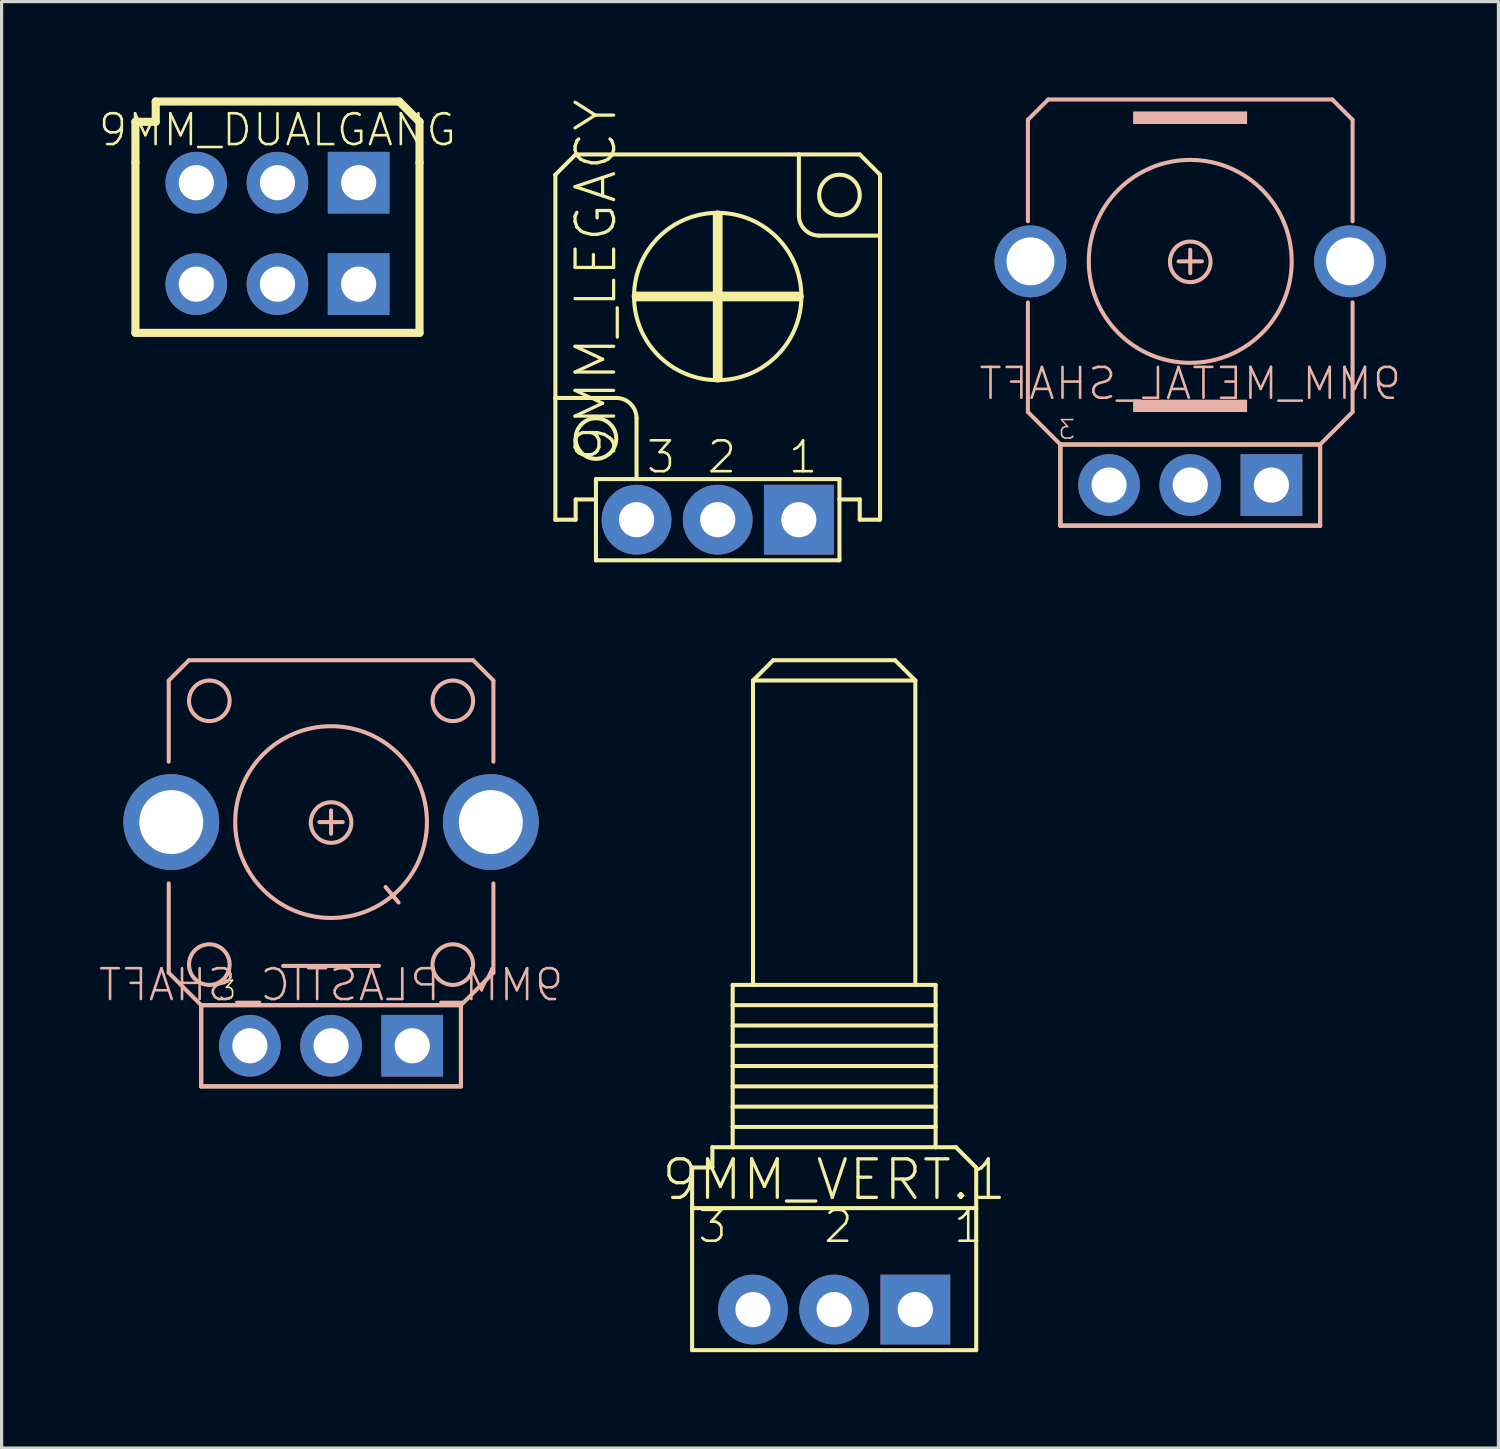
<source format=kicad_pcb>
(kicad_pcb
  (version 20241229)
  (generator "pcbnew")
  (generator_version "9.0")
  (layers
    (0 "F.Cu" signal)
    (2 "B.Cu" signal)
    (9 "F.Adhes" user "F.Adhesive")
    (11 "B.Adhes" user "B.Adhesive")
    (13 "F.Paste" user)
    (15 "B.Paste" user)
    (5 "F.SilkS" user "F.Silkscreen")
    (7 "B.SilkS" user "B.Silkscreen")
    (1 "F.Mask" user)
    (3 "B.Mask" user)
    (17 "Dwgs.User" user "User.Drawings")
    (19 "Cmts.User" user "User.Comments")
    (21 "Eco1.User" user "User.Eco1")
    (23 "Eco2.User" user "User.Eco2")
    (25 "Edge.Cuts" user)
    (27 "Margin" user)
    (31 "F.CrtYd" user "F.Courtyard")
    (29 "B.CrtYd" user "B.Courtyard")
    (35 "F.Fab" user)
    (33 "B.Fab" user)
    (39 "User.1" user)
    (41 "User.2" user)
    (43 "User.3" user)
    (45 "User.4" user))
  (footprint "9MM_LEGACY"
    (layer "F.Cu")
    (at 19.409 13.213)
    (property "Reference" "9MM_LEGACY" (at -3.81 -7.493 90) (layer "F.SilkS") (effects (font (size 1.206 1.206) (thickness 0.102))))
    (attr through_hole)
    (fp_line (start -5.08 -10.795) (end -4.445 -11.43) (stroke (width 0.127) (type solid)) (layer "F.SilkS"))
    (fp_line (start -5.08 -3.81) (end -5.08 -10.795) (stroke (width 0.127) (type solid)) (layer "F.SilkS"))
    (fp_line (start -5.08 -3.81) (end -3.175 -3.81) (stroke (width 0.127) (type solid)) (layer "F.SilkS"))
    (fp_line (start -5.08 0) (end -5.08 -3.81) (stroke (width 0.127) (type solid)) (layer "F.SilkS"))
    (fp_line (start -5.08 0) (end -4.445 0) (stroke (width 0.127) (type solid)) (layer "F.SilkS"))
    (fp_line (start -4.445 -11.43) (end 2.54 -11.43) (stroke (width 0.127) (type solid)) (layer "F.SilkS"))
    (fp_line (start -4.445 0) (end -4.445 -0.635) (stroke (width 0.127) (type solid)) (layer "F.SilkS"))
    (fp_line (start -3.81 -1.27) (end -3.81 -0.635) (stroke (width 0.127) (type solid)) (layer "F.SilkS"))
    (fp_line (start -3.81 -0.635) (end -4.445 -0.635) (stroke (width 0.127) (type solid)) (layer "F.SilkS"))
    (fp_line (start -3.81 -0.635) (end -3.81 1.27) (stroke (width 0.127) (type solid)) (layer "F.SilkS"))
    (fp_line (start -3.81 1.27) (end 3.81 1.27) (stroke (width 0.127) (type solid)) (layer "F.SilkS"))
    (fp_line (start -2.54 -6.985) (end 2.54 -6.985) (stroke (width 0.305) (type solid)) (layer "F.SilkS"))
    (fp_line (start -2.54 -3.175) (end -2.54 -1.27) (stroke (width 0.127) (type solid)) (layer "F.SilkS"))
    (fp_line (start -2.54 -1.27) (end -3.81 -1.27) (stroke (width 0.127) (type solid)) (layer "F.SilkS"))
    (fp_line (start 0 -9.525) (end 0 -4.445) (stroke (width 0.305) (type solid)) (layer "F.SilkS"))
    (fp_line (start 2.54 -11.43) (end 2.54 -9.525) (stroke (width 0.127) (type solid)) (layer "F.SilkS"))
    (fp_line (start 2.54 -11.43) (end 4.445 -11.43) (stroke (width 0.127) (type solid)) (layer "F.SilkS"))
    (fp_line (start 3.175 -8.89) (end 5.08 -8.89) (stroke (width 0.127) (type solid)) (layer "F.SilkS"))
    (fp_line (start 3.81 -1.27) (end -2.54 -1.27) (stroke (width 0.127) (type solid)) (layer "F.SilkS"))
    (fp_line (start 3.81 -0.635) (end 3.81 -1.27) (stroke (width 0.127) (type solid)) (layer "F.SilkS"))
    (fp_line (start 3.81 1.27) (end 3.81 -0.635) (stroke (width 0.127) (type solid)) (layer "F.SilkS"))
    (fp_line (start 4.445 -11.43) (end 5.08 -10.795) (stroke (width 0.127) (type solid)) (layer "F.SilkS"))
    (fp_line (start 4.445 -0.635) (end 3.81 -0.635) (stroke (width 0.127) (type solid)) (layer "F.SilkS"))
    (fp_line (start 4.445 -0.635) (end 4.445 0) (stroke (width 0.127) (type solid)) (layer "F.SilkS"))
    (fp_line (start 4.445 0) (end 5.08 0) (stroke (width 0.127) (type solid)) (layer "F.SilkS"))
    (fp_line (start 5.08 -10.795) (end 5.08 -8.89) (stroke (width 0.127) (type solid)) (layer "F.SilkS"))
    (fp_line (start 5.08 -8.89) (end 5.08 0) (stroke (width 0.127) (type solid)) (layer "F.SilkS"))
    (fp_arc (start -3.175 -3.81) (mid -2.725987 -3.624013) (end -2.54 -3.175) (stroke (width 0.127) (type solid)) (layer "F.SilkS"))
    (fp_arc (start 3.175 -8.89) (mid 2.725987 -9.075987) (end 2.54 -9.525) (stroke (width 0.127) (type solid)) (layer "F.SilkS"))
    (fp_circle (center -3.81 -2.54) (end -3.175 -2.54) (stroke (width 0.127) (type solid)) (fill no) (layer "F.SilkS"))
    (fp_circle (center 0 -6.985) (end 2.618 -6.985) (stroke (width 0.127) (type solid)) (fill no) (layer "F.SilkS"))
    (fp_circle (center 3.81 -10.16) (end 4.445 -10.16) (stroke (width 0.127) (type solid)) (fill no) (layer "F.SilkS"))
    (fp_text user "2" (at -0.381 -1.397 0) (layer "F.SilkS") (effects (font (size 0.965 0.965) (thickness 0.081)) (justify left bottom)))
    (fp_text user "1" (at 2.159 -1.397 0) (layer "F.SilkS") (effects (font (size 0.965 0.965) (thickness 0.081)) (justify left bottom)))
    (fp_text user "3" (at -2.286 -1.397 0) (layer "F.SilkS") (effects (font (size 0.965 0.965) (thickness 0.081)) (justify left bottom)))
    (pad "P$1" thru_hole rect (at 2.54 0) (size 2.184 2.184) (drill 1.1) (layers "*.Cu" "*.Mask"))
    (pad "P$2" thru_hole oval (at 0 0) (size 2.184 2.184) (drill 1.1) (layers "*.Cu" "*.Mask"))
    (pad "P$3" thru_hole oval (at -2.54 0) (size 2.184 2.184) (drill 1.1) (layers "*.Cu" "*.Mask")))
  (footprint "9MM_PLASTIC_SHAFT"
    (layer "F.Cu")
    (at 7.31 22.675)
    (property "Reference" "9MM_PLASTIC_SHAFT" (at 0 5.095 0) (layer "B.SilkS") (effects (font (size 0.965 0.965) (thickness 0.081)) (justify mirror)))
    (attr through_hole)
    (fp_line (start -4.064 5.73) (end -4.064 8.27) (stroke (width 0.127) (type solid)) (layer "F.SilkS"))
    (fp_line (start -4.064 8.27) (end 4.064 8.27) (stroke (width 0.127) (type solid)) (layer "F.SilkS"))
    (fp_line (start 4.064 5.73) (end -4.064 5.73) (stroke (width 0.127) (type solid)) (layer "F.SilkS"))
    (fp_line (start 4.064 8.27) (end 4.064 5.73) (stroke (width 0.127) (type solid)) (layer "F.SilkS"))
    (fp_line (start -5.08 -4.43) (end -5.08 -1.89) (stroke (width 0.127) (type solid)) (layer "B.SilkS"))
    (fp_line (start -5.08 -4.43) (end -4.445 -5.065) (stroke (width 0.127) (type solid)) (layer "B.SilkS"))
    (fp_line (start -5.08 4.714) (end -5.08 1.92) (stroke (width 0.127) (type solid)) (layer "B.SilkS"))
    (fp_line (start -5.08 4.714) (end -4.064 5.73) (stroke (width 0.127) (type solid)) (layer "B.SilkS"))
    (fp_line (start -4.445 -5.065) (end 4.445 -5.065) (stroke (width 0.127) (type solid)) (layer "B.SilkS"))
    (fp_line (start -4.064 5.73) (end 4.064 5.73) (stroke (width 0.127) (type solid)) (layer "B.SilkS"))
    (fp_line (start -4.064 8.27) (end -4.064 5.73) (stroke (width 0.127) (type solid)) (layer "B.SilkS"))
    (fp_line (start -1.5 4.5) (end 1.5 4.5) (stroke (width 0.127) (type solid)) (layer "B.SilkS"))
    (fp_line (start -0.365 0) (end 0.365 0) (stroke (width 0.127) (type solid)) (layer "B.SilkS"))
    (fp_line (start 0 -0.365) (end 0 0.365) (stroke (width 0.127) (type solid)) (layer "B.SilkS"))
    (fp_line (start 1.705 2.032) (end 2.113 2.518) (stroke (width 0.127) (type solid)) (layer "B.SilkS"))
    (fp_line (start 4.064 5.73) (end 4.064 8.27) (stroke (width 0.127) (type solid)) (layer "B.SilkS"))
    (fp_line (start 4.064 5.73) (end 5.08 4.714) (stroke (width 0.127) (type solid)) (layer "B.SilkS"))
    (fp_line (start 4.064 8.27) (end -4.064 8.27) (stroke (width 0.127) (type solid)) (layer "B.SilkS"))
    (fp_line (start 4.445 -5.065) (end 5.08 -4.43) (stroke (width 0.127) (type solid)) (layer "B.SilkS"))
    (fp_line (start 5.08 -4.43) (end 5.08 -1.89) (stroke (width 0.127) (type solid)) (layer "B.SilkS"))
    (fp_line (start 5.08 4.714) (end 5.08 1.92) (stroke (width 0.127) (type solid)) (layer "B.SilkS"))
    (fp_circle (center -3.81 -3.795) (end -3.175 -3.795) (stroke (width 0.127) (type solid)) (fill no) (layer "B.SilkS"))
    (fp_circle (center -3.81 4.46) (end -3.175 4.46) (stroke (width 0.127) (type solid)) (fill no) (layer "B.SilkS"))
    (fp_circle (center 0 0) (end 3 0) (stroke (width 0.127) (type solid)) (fill no) (layer "B.SilkS"))
    (fp_circle (center 0 0.015) (end 0.635 0.015) (stroke (width 0.127) (type solid)) (fill no) (layer "B.SilkS"))
    (fp_circle (center 3.81 -3.795) (end 4.445 -3.795) (stroke (width 0.127) (type solid)) (fill no) (layer "B.SilkS"))
    (fp_circle (center 3.81 4.46) (end 4.445 4.46) (stroke (width 0.127) (type solid)) (fill no) (layer "B.SilkS"))
    (fp_text user "3" (at -3.556 5.603 0) (layer "F.SilkS") (effects (font (size 0.579 0.579) (thickness 0.049)) (justify left bottom)))
    (pad "" thru_hole oval (at -5 0) (size 3 3) (drill 2) (layers "*.Cu" "*.Mask"))
    (pad "" thru_hole oval (at 5 0) (size 3 3) (drill 2) (layers "*.Cu" "*.Mask"))
    (pad "1" thru_hole rect (at 2.54 7) (size 1.93 1.93) (drill 1.1) (layers "*.Cu" "*.Mask"))
    (pad "2" thru_hole oval (at 0 7) (size 1.93 1.93) (drill 1.1) (layers "*.Cu" "*.Mask"))
    (pad "3" thru_hole oval (at -2.54 7) (size 1.93 1.93) (drill 1.1) (layers "*.Cu" "*.Mask")))
  (footprint "9MM_VERT.1"
    (layer "F.Cu")
    (at 23.053 37.93)
    (property "Reference" "9MM_VERT.1" (at 0 -4.064 0) (layer "F.SilkS") (effects (font (size 1.206 1.206) (thickness 0.102))))
    (attr through_hole)
    (fp_line (start -4.445 -4.445) (end -4.445 -3.175) (stroke (width 0.127) (type solid)) (layer "F.SilkS"))
    (fp_line (start -4.445 -4.445) (end -3.81 -4.445) (stroke (width 0.127) (type solid)) (layer "F.SilkS"))
    (fp_line (start -4.445 -3.175) (end -4.445 1.27) (stroke (width 0.127) (type solid)) (layer "F.SilkS"))
    (fp_line (start -4.445 -3.175) (end 4.445 -3.175) (stroke (width 0.127) (type solid)) (layer "F.SilkS"))
    (fp_line (start -3.81 -4.445) (end -3.81 -5.08) (stroke (width 0.127) (type solid)) (layer "F.SilkS"))
    (fp_line (start -3.175 -10.16) (end -2.54 -10.16) (stroke (width 0.127) (type solid)) (layer "F.SilkS"))
    (fp_line (start -3.175 -9.525) (end -3.175 -10.16) (stroke (width 0.127) (type solid)) (layer "F.SilkS"))
    (fp_line (start -3.175 -9.525) (end 3.175 -9.525) (stroke (width 0.127) (type solid)) (layer "F.SilkS"))
    (fp_line (start -3.175 -8.89) (end -3.175 -9.525) (stroke (width 0.127) (type solid)) (layer "F.SilkS"))
    (fp_line (start -3.175 -8.89) (end 3.175 -8.89) (stroke (width 0.127) (type solid)) (layer "F.SilkS"))
    (fp_line (start -3.175 -8.255) (end -3.175 -8.89) (stroke (width 0.127) (type solid)) (layer "F.SilkS"))
    (fp_line (start -3.175 -8.255) (end 3.175 -8.255) (stroke (width 0.127) (type solid)) (layer "F.SilkS"))
    (fp_line (start -3.175 -7.62) (end -3.175 -8.255) (stroke (width 0.127) (type solid)) (layer "F.SilkS"))
    (fp_line (start -3.175 -7.62) (end 3.175 -7.62) (stroke (width 0.127) (type solid)) (layer "F.SilkS"))
    (fp_line (start -3.175 -6.985) (end -3.175 -7.62) (stroke (width 0.127) (type solid)) (layer "F.SilkS"))
    (fp_line (start -3.175 -6.985) (end 3.175 -6.985) (stroke (width 0.127) (type solid)) (layer "F.SilkS"))
    (fp_line (start -3.175 -6.35) (end -3.175 -6.985) (stroke (width 0.127) (type solid)) (layer "F.SilkS"))
    (fp_line (start -3.175 -6.35) (end 3.175 -6.35) (stroke (width 0.127) (type solid)) (layer "F.SilkS"))
    (fp_line (start -3.175 -5.715) (end -3.175 -6.35) (stroke (width 0.127) (type solid)) (layer "F.SilkS"))
    (fp_line (start -3.175 -5.715) (end 3.175 -5.715) (stroke (width 0.127) (type solid)) (layer "F.SilkS"))
    (fp_line (start -3.175 -5.08) (end -3.81 -5.08) (stroke (width 0.127) (type solid)) (layer "F.SilkS"))
    (fp_line (start -3.175 -5.08) (end -3.175 -5.715) (stroke (width 0.127) (type solid)) (layer "F.SilkS"))
    (fp_line (start -2.54 -19.685) (end -1.905 -20.32) (stroke (width 0.127) (type solid)) (layer "F.SilkS"))
    (fp_line (start -2.54 -19.685) (end 2.54 -19.685) (stroke (width 0.127) (type solid)) (layer "F.SilkS"))
    (fp_line (start -2.54 -10.16) (end -2.54 -19.685) (stroke (width 0.127) (type solid)) (layer "F.SilkS"))
    (fp_line (start -2.54 -10.16) (end 2.54 -10.16) (stroke (width 0.127) (type solid)) (layer "F.SilkS"))
    (fp_line (start -1.905 -20.32) (end 1.905 -20.32) (stroke (width 0.127) (type solid)) (layer "F.SilkS"))
    (fp_line (start 1.905 -20.32) (end 2.54 -19.685) (stroke (width 0.127) (type solid)) (layer "F.SilkS"))
    (fp_line (start 2.54 -19.685) (end 2.54 -10.16) (stroke (width 0.127) (type solid)) (layer "F.SilkS"))
    (fp_line (start 2.54 -10.16) (end 3.175 -10.16) (stroke (width 0.127) (type solid)) (layer "F.SilkS"))
    (fp_line (start 3.175 -10.16) (end 3.175 -9.525) (stroke (width 0.127) (type solid)) (layer "F.SilkS"))
    (fp_line (start 3.175 -9.525) (end 3.175 -8.89) (stroke (width 0.127) (type solid)) (layer "F.SilkS"))
    (fp_line (start 3.175 -8.89) (end 3.175 -8.255) (stroke (width 0.127) (type solid)) (layer "F.SilkS"))
    (fp_line (start 3.175 -8.255) (end 3.175 -7.62) (stroke (width 0.127) (type solid)) (layer "F.SilkS"))
    (fp_line (start 3.175 -7.62) (end 3.175 -6.985) (stroke (width 0.127) (type solid)) (layer "F.SilkS"))
    (fp_line (start 3.175 -6.985) (end 3.175 -6.35) (stroke (width 0.127) (type solid)) (layer "F.SilkS"))
    (fp_line (start 3.175 -6.35) (end 3.175 -5.715) (stroke (width 0.127) (type solid)) (layer "F.SilkS"))
    (fp_line (start 3.175 -5.715) (end 3.175 -5.08) (stroke (width 0.127) (type solid)) (layer "F.SilkS"))
    (fp_line (start 3.175 -5.08) (end -3.175 -5.08) (stroke (width 0.127) (type solid)) (layer "F.SilkS"))
    (fp_line (start 3.81 -5.08) (end 3.175 -5.08) (stroke (width 0.127) (type solid)) (layer "F.SilkS"))
    (fp_line (start 3.81 -5.08) (end 4.445 -4.445) (stroke (width 0.127) (type solid)) (layer "F.SilkS"))
    (fp_line (start 4.445 -4.445) (end 4.445 -3.175) (stroke (width 0.127) (type solid)) (layer "F.SilkS"))
    (fp_line (start 4.445 -3.175) (end 4.445 1.27) (stroke (width 0.127) (type solid)) (layer "F.SilkS"))
    (fp_line (start 4.445 1.27) (end -4.445 1.27) (stroke (width 0.127) (type solid)) (layer "F.SilkS"))
    (fp_text user "3" (at -4.318 -2.032 0) (layer "F.SilkS") (effects (font (size 0.965 0.965) (thickness 0.081)) (justify left bottom)))
    (fp_text user "2" (at -0.381 -2.032 0) (layer "F.SilkS") (effects (font (size 0.965 0.965) (thickness 0.081)) (justify left bottom)))
    (fp_text user "1" (at 3.683 -2.032 0) (layer "F.SilkS") (effects (font (size 0.965 0.965) (thickness 0.081)) (justify left bottom)))
    (pad "1" thru_hole rect (at 2.54 0) (size 2.184 2.184) (drill 1.1) (layers "*.Cu" "*.Mask"))
    (pad "2" thru_hole oval (at 0 0) (size 2.184 2.184) (drill 1.1) (layers "*.Cu" "*.Mask"))
    (pad "3" thru_hole oval (at -2.54 0) (size 2.184 2.184) (drill 1.1) (layers "*.Cu" "*.Mask")))
  (footprint "9MM_METAL_SHAFT"
    (layer "F.Cu")
    (at 34.196 12.129)
    (property "Reference" "9MM_METAL_SHAFT" (at 0 -3.175 0) (layer "B.SilkS") (effects (font (size 0.965 0.965) (thickness 0.081)) (justify mirror)))
    (attr through_hole)
    (fp_line (start -4.064 -1.27) (end -4.064 1.27) (stroke (width 0.127) (type solid)) (layer "F.SilkS"))
    (fp_line (start -4.064 1.27) (end 4.064 1.27) (stroke (width 0.127) (type solid)) (layer "F.SilkS"))
    (fp_line (start 4.064 -1.27) (end -4.064 -1.27) (stroke (width 0.127) (type solid)) (layer "F.SilkS"))
    (fp_line (start 4.064 1.27) (end 4.064 -1.27) (stroke (width 0.127) (type solid)) (layer "F.SilkS"))
    (fp_poly (pts (xy -1.778 -11.303) (xy 1.778 -11.303) (xy 1.778 -11.684) (xy -1.778 -11.684)) (stroke (width 0) (type solid)) (fill yes) (layer "F.SilkS"))
    (fp_poly (pts (xy -1.778 -2.286) (xy 1.778 -2.286) (xy 1.778 -2.667) (xy -1.778 -2.667)) (stroke (width 0) (type solid)) (fill yes) (layer "F.SilkS"))
    (fp_line (start -5.08 -11.43) (end -5.08 -8.255) (stroke (width 0.127) (type solid)) (layer "B.SilkS"))
    (fp_line (start -5.08 -11.43) (end -4.445 -12.065) (stroke (width 0.127) (type solid)) (layer "B.SilkS"))
    (fp_line (start -5.08 -2.286) (end -5.08 -5.715) (stroke (width 0.127) (type solid)) (layer "B.SilkS"))
    (fp_line (start -5.08 -2.286) (end -4.064 -1.27) (stroke (width 0.127) (type solid)) (layer "B.SilkS"))
    (fp_line (start -4.445 -12.065) (end 4.445 -12.065) (stroke (width 0.127) (type solid)) (layer "B.SilkS"))
    (fp_line (start -4.064 -1.27) (end 4.064 -1.27) (stroke (width 0.127) (type solid)) (layer "B.SilkS"))
    (fp_line (start -4.064 1.27) (end -4.064 -1.27) (stroke (width 0.127) (type solid)) (layer "B.SilkS"))
    (fp_line (start -0.365 -7) (end 0.365 -7) (stroke (width 0.127) (type solid)) (layer "B.SilkS"))
    (fp_line (start 0 -7.365) (end 0 -6.635) (stroke (width 0.127) (type solid)) (layer "B.SilkS"))
    (fp_line (start 4.064 -1.27) (end 4.064 1.27) (stroke (width 0.127) (type solid)) (layer "B.SilkS"))
    (fp_line (start 4.064 -1.27) (end 5.08 -2.286) (stroke (width 0.127) (type solid)) (layer "B.SilkS"))
    (fp_line (start 4.064 1.27) (end -4.064 1.27) (stroke (width 0.127) (type solid)) (layer "B.SilkS"))
    (fp_line (start 4.445 -12.065) (end 5.08 -11.43) (stroke (width 0.127) (type solid)) (layer "B.SilkS"))
    (fp_line (start 5.08 -11.43) (end 5.08 -8.255) (stroke (width 0.127) (type solid)) (layer "B.SilkS"))
    (fp_line (start 5.08 -2.286) (end 5.08 -5.715) (stroke (width 0.127) (type solid)) (layer "B.SilkS"))
    (fp_circle (center 0 -7) (end 3.175 -7) (stroke (width 0.127) (type solid)) (fill no) (layer "B.SilkS"))
    (fp_circle (center 0 -6.985) (end 0.635 -6.985) (stroke (width 0.127) (type solid)) (fill no) (layer "B.SilkS"))
    (fp_poly (pts (xy -1.778 -11.303) (xy 1.778 -11.303) (xy 1.778 -11.684) (xy -1.778 -11.684)) (stroke (width 0) (type solid)) (fill yes) (layer "B.SilkS"))
    (fp_poly (pts (xy -1.778 -2.286) (xy 1.778 -2.286) (xy 1.778 -2.667) (xy -1.778 -2.667)) (stroke (width 0) (type solid)) (fill yes) (layer "B.SilkS"))
    (fp_text user "3" (at -3.556 -1.397 0) (layer "B.SilkS") (effects (font (size 0.579 0.579) (thickness 0.049)) (justify left bottom mirror)))
    (pad "" thru_hole oval (at -5 -7) (size 2.25 2.25) (drill 1.5) (layers "*.Cu" "*.Mask"))
    (pad "" thru_hole oval (at 5 -7) (size 2.25 2.25) (drill 1.5) (layers "*.Cu" "*.Mask"))
    (pad "1" thru_hole rect (at 2.54 0) (size 1.93 1.93) (drill 1.1) (layers "*.Cu" "*.Mask"))
    (pad "2" thru_hole oval (at 0 0) (size 1.93 1.93) (drill 1.1) (layers "*.Cu" "*.Mask"))
    (pad "3" thru_hole oval (at -2.54 0) (size 1.93 1.93) (drill 1.1) (layers "*.Cu" "*.Mask")))
  (footprint "9MM_DUALGANG"
    (layer "F.Cu")
    (at 5.633 5.842)
    (property "Reference" "9MM_DUALGANG" (at 0 -4.826 0) (layer "F.SilkS") (effects (font (size 0.965 0.965) (thickness 0.081))))
    (attr through_hole)
    (fp_line (start -4.445 -5.08) (end -4.445 -3.81) (stroke (width 0.254) (type solid)) (layer "F.SilkS"))
    (fp_line (start -4.445 -5.08) (end -3.81 -5.08) (stroke (width 0.254) (type solid)) (layer "F.SilkS"))
    (fp_line (start -4.445 -3.81) (end -4.445 1.524) (stroke (width 0.254) (type solid)) (layer "F.SilkS"))
    (fp_line (start -3.81 -5.08) (end -3.81 -5.715) (stroke (width 0.254) (type solid)) (layer "F.SilkS"))
    (fp_line (start 3.81 -5.715) (end -3.81 -5.715) (stroke (width 0.254) (type solid)) (layer "F.SilkS"))
    (fp_line (start 3.81 -5.715) (end 4.445 -5.08) (stroke (width 0.254) (type solid)) (layer "F.SilkS"))
    (fp_line (start 4.445 -5.08) (end 4.445 -3.81) (stroke (width 0.254) (type solid)) (layer "F.SilkS"))
    (fp_line (start 4.445 -3.81) (end 4.445 1.524) (stroke (width 0.254) (type solid)) (layer "F.SilkS"))
    (fp_line (start 4.445 1.524) (end -4.445 1.524) (stroke (width 0.254) (type solid)) (layer "F.SilkS"))
    (pad "1" thru_hole rect (at 2.54 0) (size 1.93 1.93) (drill 1.1) (layers "*.Cu" "*.Mask"))
    (pad "2" thru_hole oval (at 0 0) (size 1.93 1.93) (drill 1.1) (layers "*.Cu" "*.Mask"))
    (pad "3" thru_hole oval (at -2.54 0) (size 1.93 1.93) (drill 1.1) (layers "*.Cu" "*.Mask"))
    (pad "4" thru_hole rect (at 2.54 -3.175) (size 1.93 1.93) (drill 1.1) (layers "*.Cu" "*.Mask"))
    (pad "5" thru_hole oval (at 0 -3.175) (size 1.93 1.93) (drill 1.1) (layers "*.Cu" "*.Mask"))
    (pad "6" thru_hole oval (at -2.54 -3.175) (size 1.93 1.93) (drill 1.1) (layers "*.Cu" "*.Mask")))
  (gr_rect
    (start -3 -3)
    (end 43.84 42.263)
    (stroke (width 0.1) (type default))
    (fill no)
    (layer "Edge.Cuts")))
</source>
